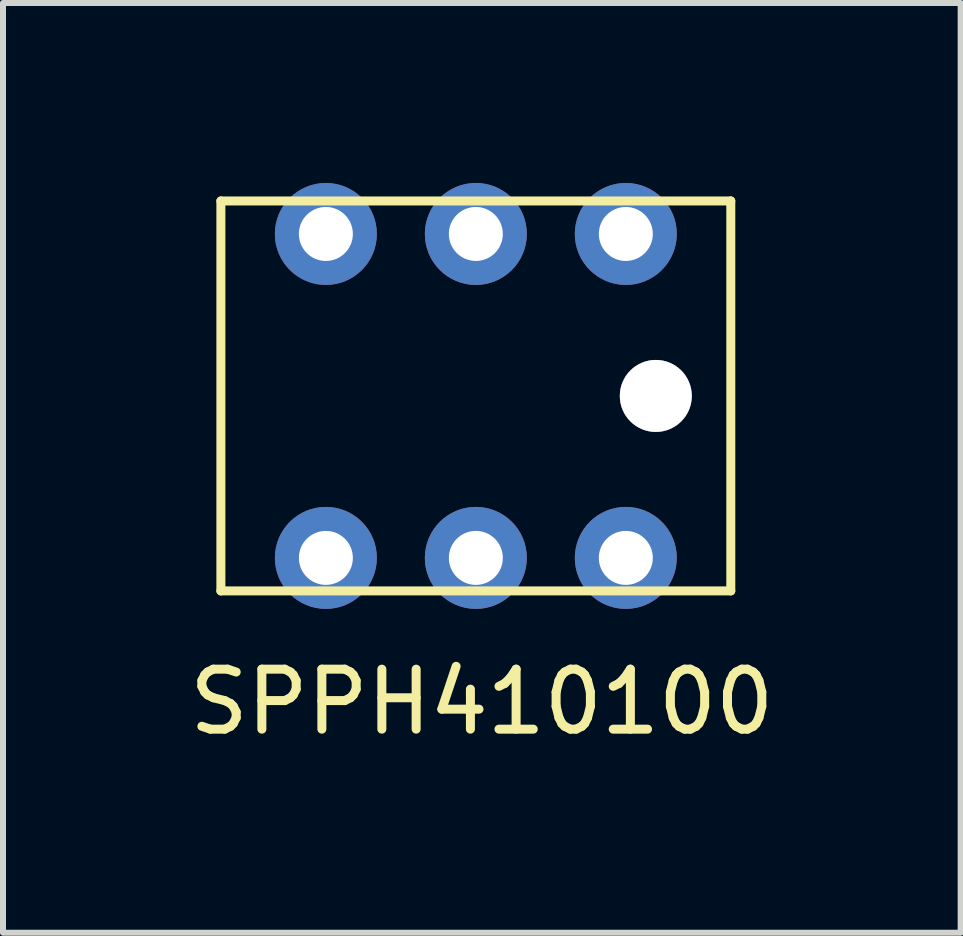
<source format=kicad_pcb>
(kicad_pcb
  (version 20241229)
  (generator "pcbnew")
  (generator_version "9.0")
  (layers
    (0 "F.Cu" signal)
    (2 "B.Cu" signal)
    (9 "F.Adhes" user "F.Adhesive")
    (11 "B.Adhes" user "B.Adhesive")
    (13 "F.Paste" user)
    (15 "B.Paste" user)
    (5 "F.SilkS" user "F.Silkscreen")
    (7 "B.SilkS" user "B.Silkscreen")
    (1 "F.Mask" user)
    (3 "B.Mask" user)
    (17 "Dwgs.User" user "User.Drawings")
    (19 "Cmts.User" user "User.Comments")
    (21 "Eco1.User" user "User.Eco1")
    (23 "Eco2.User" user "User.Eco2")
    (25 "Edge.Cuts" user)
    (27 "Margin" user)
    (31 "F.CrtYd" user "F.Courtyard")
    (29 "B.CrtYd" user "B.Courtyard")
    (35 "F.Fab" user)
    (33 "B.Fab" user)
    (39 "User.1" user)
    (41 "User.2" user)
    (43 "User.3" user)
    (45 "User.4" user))
  (footprint "SPPH410100"
    (layer "F.Cu")
    (at 4.882 3.55)
    (property "Reference" "SPPH410100" (at 0.1 5.1 0) (layer "F.SilkS") (effects (font (size 1 1) (thickness 0.15))))
    (attr through_hole)
    (fp_line (start -4.25 -3.25) (end 4.25 -3.25) (stroke (width 0.15) (type solid)) (layer "F.SilkS"))
    (fp_line (start -4.25 3.25) (end -4.25 -3.25) (stroke (width 0.15) (type solid)) (layer "F.SilkS"))
    (fp_line (start 4.25 -3.25) (end 4.25 3.25) (stroke (width 0.15) (type solid)) (layer "F.SilkS"))
    (fp_line (start 4.25 3.25) (end -4.25 3.25) (stroke (width 0.15) (type solid)) (layer "F.SilkS"))
    (pad "" thru_hole circle (at 3 0) (size 1.2 1.2) (drill 1.2) (layers "*.Cu" "*.Mask"))
    (pad "1" thru_hole circle (at -2.5 2.7) (size 1.7 1.7) (drill 0.9) (layers "*.Cu" "*.Mask"))
    (pad "2" thru_hole circle (at 0 2.7) (size 1.7 1.7) (drill 0.9) (layers "*.Cu" "*.Mask"))
    (pad "3" thru_hole circle (at 2.5 2.7) (size 1.7 1.7) (drill 0.9) (layers "*.Cu" "*.Mask"))
    (pad "4" thru_hole circle (at -2.5 -2.7) (size 1.7 1.7) (drill 0.9) (layers "*.Cu" "*.Mask"))
    (pad "5" thru_hole circle (at 0 -2.7) (size 1.7 1.7) (drill 0.9) (layers "*.Cu" "*.Mask"))
    (pad "6" thru_hole circle (at 2.5 -2.7) (size 1.7 1.7) (drill 0.9) (layers "*.Cu" "*.Mask")))
  (gr_rect
    (start -3 -3)
    (end 12.964 12.498)
    (stroke (width 0.1) (type default))
    (fill no)
    (layer "Edge.Cuts")))
</source>
